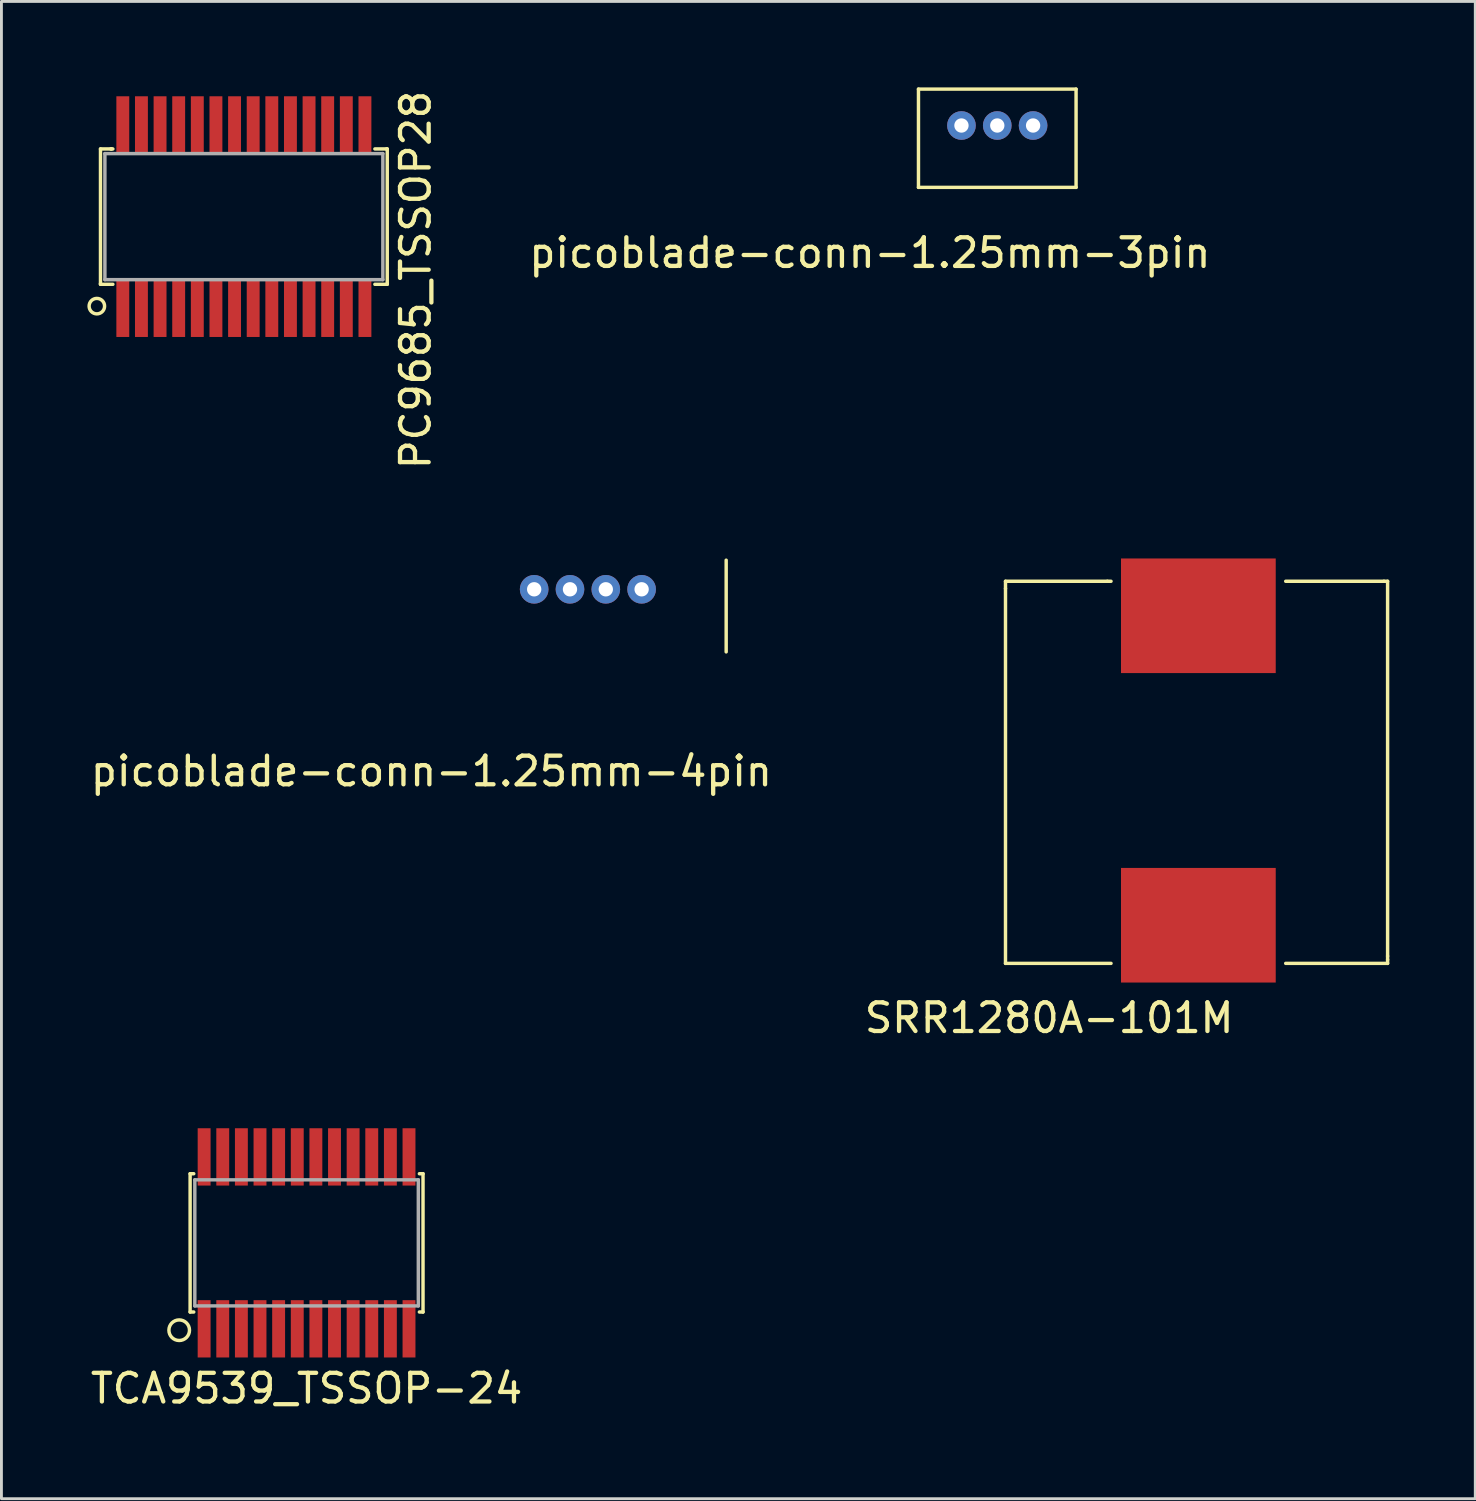
<source format=kicad_pcb>
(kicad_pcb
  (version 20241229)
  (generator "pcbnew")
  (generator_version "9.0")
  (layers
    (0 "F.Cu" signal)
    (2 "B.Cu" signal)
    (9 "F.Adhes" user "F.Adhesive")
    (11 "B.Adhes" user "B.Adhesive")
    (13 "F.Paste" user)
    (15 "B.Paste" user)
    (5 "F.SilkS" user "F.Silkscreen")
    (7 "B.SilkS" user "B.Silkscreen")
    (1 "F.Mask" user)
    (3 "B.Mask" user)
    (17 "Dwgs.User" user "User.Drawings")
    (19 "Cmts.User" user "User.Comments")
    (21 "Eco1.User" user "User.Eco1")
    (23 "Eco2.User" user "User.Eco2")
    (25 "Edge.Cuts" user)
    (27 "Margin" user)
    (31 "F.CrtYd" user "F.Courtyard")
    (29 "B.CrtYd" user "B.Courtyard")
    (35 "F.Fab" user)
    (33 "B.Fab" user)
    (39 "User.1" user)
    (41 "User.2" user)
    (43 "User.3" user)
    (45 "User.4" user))
  (footprint "SRR1280A-101M"
    (layer "F.Cu")
    (at 38.772 23.84)
    (property "Reference" "SRR1280A-101M" (at -5.207 8.636 0) (layer "F.SilkS") (effects (font (size 1 1) (thickness 0.15))))
    (attr through_hole)
    (fp_line (start -6.731 -6.604) (end -3.175 -6.604) (stroke (width 0.12) (type solid)) (layer "F.SilkS"))
    (fp_line (start -6.731 -6.35) (end -6.731 -6.604) (stroke (width 0.12) (type solid)) (layer "F.SilkS"))
    (fp_line (start -6.731 6.731) (end -6.731 -6.35) (stroke (width 0.12) (type solid)) (layer "F.SilkS"))
    (fp_line (start -3.175 -6.604) (end -3.048 -6.604) (stroke (width 0.12) (type solid)) (layer "F.SilkS"))
    (fp_line (start -3.048 6.731) (end -6.731 6.731) (stroke (width 0.12) (type solid)) (layer "F.SilkS"))
    (fp_line (start 3.048 -6.604) (end 6.477 -6.604) (stroke (width 0.12) (type solid)) (layer "F.SilkS"))
    (fp_line (start 6.477 -6.604) (end 6.604 -6.604) (stroke (width 0.12) (type solid)) (layer "F.SilkS"))
    (fp_line (start 6.604 -6.604) (end 6.604 6.477) (stroke (width 0.12) (type solid)) (layer "F.SilkS"))
    (fp_line (start 6.604 6.477) (end 6.604 6.604) (stroke (width 0.12) (type solid)) (layer "F.SilkS"))
    (fp_line (start 6.604 6.604) (end 6.604 6.731) (stroke (width 0.12) (type solid)) (layer "F.SilkS"))
    (fp_line (start 6.604 6.731) (end 3.048 6.731) (stroke (width 0.12) (type solid)) (layer "F.SilkS"))
    (fp_line (start -6 -6) (end 6 -6) (stroke (width 0.12) (type solid)) (layer "Eco2.User"))
    (fp_line (start -6 6) (end -6 -6) (stroke (width 0.12) (type solid)) (layer "Eco2.User"))
    (fp_line (start 6 -6) (end 6 6) (stroke (width 0.12) (type solid)) (layer "Eco2.User"))
    (fp_line (start 6 6) (end -6 6) (stroke (width 0.12) (type solid)) (layer "Eco2.User"))
    (pad "1" smd rect (at 0 -5.4) (size 5.4 4) (layers "F.Cu" "F.Mask" "F.Paste"))
    (pad "2" smd rect (at 0 5.4) (size 5.4 4) (layers "F.Cu" "F.Mask" "F.Paste")))
  (footprint "TCA9539_TSSOP-24"
    (layer "F.Cu")
    (at 7.649 40.325)
    (property "Reference" "TCA9539_TSSOP-24" (at 0 5.08 0) (layer "F.SilkS") (effects (font (size 1 1) (thickness 0.15))))
    (attr through_hole)
    (fp_line (start -4.064 -2.413) (end -4.064 2.413) (stroke (width 0.12) (type solid)) (layer "F.SilkS"))
    (fp_line (start -4.064 2.413) (end -3.937 2.413) (stroke (width 0.12) (type solid)) (layer "F.SilkS"))
    (fp_line (start -3.937 -2.413) (end -4.064 -2.413) (stroke (width 0.12) (type solid)) (layer "F.SilkS"))
    (fp_line (start 3.937 2.413) (end 4.064 2.413) (stroke (width 0.12) (type solid)) (layer "F.SilkS"))
    (fp_line (start 4.064 -2.413) (end 3.937 -2.413) (stroke (width 0.12) (type solid)) (layer "F.SilkS"))
    (fp_line (start 4.064 2.413) (end 4.064 -2.413) (stroke (width 0.12) (type solid)) (layer "F.SilkS"))
    (fp_circle (center -4.445 3.048) (end -4.191 3.302) (stroke (width 0.12) (type solid)) (fill no) (layer "F.SilkS"))
    (fp_line (start -3.9 -2.2) (end -3.9 2.2) (stroke (width 0.12) (type solid)) (layer "F.Fab"))
    (fp_line (start -3.9 2.2) (end 3.9 2.2) (stroke (width 0.12) (type solid)) (layer "F.Fab"))
    (fp_line (start 3.9 -2.2) (end -3.9 -2.2) (stroke (width 0.12) (type solid)) (layer "F.Fab"))
    (fp_line (start 3.9 2.2) (end 3.9 -2.2) (stroke (width 0.12) (type solid)) (layer "F.Fab"))
    (pad "1" smd rect (at -3.575 3) (size 0.45 2) (layers "F.Cu" "F.Mask" "F.Paste"))
    (pad "2" smd rect (at -2.925 3) (size 0.45 2) (layers "F.Cu" "F.Mask" "F.Paste"))
    (pad "3" smd rect (at -2.275 3) (size 0.45 2) (layers "F.Cu" "F.Mask" "F.Paste"))
    (pad "4" smd rect (at -1.625 3) (size 0.45 2) (layers "F.Cu" "F.Mask" "F.Paste"))
    (pad "5" smd rect (at -0.975 3) (size 0.45 2) (layers "F.Cu" "F.Mask" "F.Paste"))
    (pad "6" smd rect (at -0.325 3) (size 0.45 2) (layers "F.Cu" "F.Mask" "F.Paste"))
    (pad "7" smd rect (at 0.325 3) (size 0.45 2) (layers "F.Cu" "F.Mask" "F.Paste"))
    (pad "8" smd rect (at 0.975 3) (size 0.45 2) (layers "F.Cu" "F.Mask" "F.Paste"))
    (pad "9" smd rect (at 1.625 3) (size 0.45 2) (layers "F.Cu" "F.Mask" "F.Paste"))
    (pad "10" smd rect (at 2.275 3) (size 0.45 2) (layers "F.Cu" "F.Mask" "F.Paste"))
    (pad "11" smd rect (at 2.925 3) (size 0.45 2) (layers "F.Cu" "F.Mask" "F.Paste"))
    (pad "12" smd rect (at 3.575 3) (size 0.45 2) (layers "F.Cu" "F.Mask" "F.Paste"))
    (pad "13" smd rect (at 3.575 -3) (size 0.45 2) (layers "F.Cu" "F.Mask" "F.Paste"))
    (pad "14" smd rect (at 2.925 -3) (size 0.45 2) (layers "F.Cu" "F.Mask" "F.Paste"))
    (pad "15" smd rect (at 2.275 -3) (size 0.45 2) (layers "F.Cu" "F.Mask" "F.Paste"))
    (pad "16" smd rect (at 1.625 -3) (size 0.45 2) (layers "F.Cu" "F.Mask" "F.Paste"))
    (pad "17" smd rect (at 0.975 -3) (size 0.45 2) (layers "F.Cu" "F.Mask" "F.Paste"))
    (pad "18" smd rect (at 0.325 -3) (size 0.45 2) (layers "F.Cu" "F.Mask" "F.Paste"))
    (pad "19" smd rect (at -0.325 -3) (size 0.45 2) (layers "F.Cu" "F.Mask" "F.Paste"))
    (pad "20" smd rect (at -0.975 -3) (size 0.45 2) (layers "F.Cu" "F.Mask" "F.Paste"))
    (pad "21" smd rect (at -1.625 -3) (size 0.45 2) (layers "F.Cu" "F.Mask" "F.Paste"))
    (pad "22" smd rect (at -2.275 -3) (size 0.45 2) (layers "F.Cu" "F.Mask" "F.Paste"))
    (pad "23" smd rect (at -2.925 -3) (size 0.45 2) (layers "F.Cu" "F.Mask" "F.Paste"))
    (pad "24" smd rect (at -3.575 -3) (size 0.45 2) (layers "F.Cu" "F.Mask" "F.Paste")))
  (footprint "picoblade-conn-1.25mm-3pin"
    (layer "F.Cu")
    (at 31.754 1.33)
    (property "Reference" "picoblade-conn-1.25mm-3pin" (at -4.445 4.445 0) (layer "F.SilkS") (effects (font (size 1 1) (thickness 0.15))))
    (attr through_hole)
    (fp_line (start -2.75 -1.27) (end -2.75 2.159) (stroke (width 0.12) (type solid)) (layer "F.SilkS"))
    (fp_line (start -2.75 2.159) (end 2.75 2.159) (stroke (width 0.12) (type solid)) (layer "F.SilkS"))
    (fp_line (start 2.75 -1.27) (end -2.75 -1.27) (stroke (width 0.12) (type solid)) (layer "F.SilkS"))
    (fp_line (start 2.75 -1.27) (end 2.75 2.159) (stroke (width 0.12) (type solid)) (layer "F.SilkS"))
    (pad "1" thru_hole circle (at -1.25 0) (size 1 1) (drill 0.5) (layers "*.Cu" "*.Mask"))
    (pad "2" thru_hole circle (at 0 0) (size 1 1) (drill 0.5) (layers "*.Cu" "*.Mask"))
    (pad "3" thru_hole circle (at 1.25 0) (size 1 1) (drill 0.5) (layers "*.Cu" "*.Mask")))
  (footprint "picoblade-conn-1.25mm-4pin"
    (layer "F.Cu")
    (at 17.467 17.516)
    (property "Reference" "picoblade-conn-1.25mm-4pin" (at -5.461 6.35 0) (layer "F.SilkS") (effects (font (size 1 1) (thickness 0.15))))
    (attr through_hole)
    (fp_line (start 4.826 -1.016) (end 4.826 2.184) (stroke (width 0.12) (type solid)) (layer "F.SilkS"))
    (pad "1" thru_hole circle (at -1.875 0) (size 1 1) (drill 0.5) (layers "*.Cu" "*.Mask"))
    (pad "2" thru_hole circle (at -0.625 0) (size 1 1) (drill 0.5) (layers "*.Cu" "*.Mask"))
    (pad "3" thru_hole circle (at 0.625 0) (size 1 1) (drill 0.5) (layers "*.Cu" "*.Mask"))
    (pad "4" thru_hole circle (at 1.875 0) (size 1 1) (drill 0.5) (layers "*.Cu" "*.Mask")))
  (footprint "PC9685_TSSOP28"
    (layer "F.Cu")
    (at 5.461 4.51)
    (property "Reference" "PC9685_TSSOP28" (at 5.994 2.21 90) (layer "F.SilkS") (effects (font (size 1 1) (thickness 0.15))))
    (attr through_hole)
    (fp_line (start -5.004 -2.362) (end -5.004 2.337) (stroke (width 0.12) (type solid)) (layer "F.SilkS"))
    (fp_line (start -5.004 2.337) (end -5.004 2.362) (stroke (width 0.12) (type solid)) (layer "F.SilkS"))
    (fp_line (start -5.004 2.362) (end -4.572 2.362) (stroke (width 0.12) (type solid)) (layer "F.SilkS"))
    (fp_line (start -4.648 -2.362) (end -4.623 -2.362) (stroke (width 0.12) (type solid)) (layer "F.SilkS"))
    (fp_line (start -4.623 -2.362) (end -5.004 -2.362) (stroke (width 0.12) (type solid)) (layer "F.SilkS"))
    (fp_line (start -4.623 -2.362) (end -4.572 -2.362) (stroke (width 0.12) (type solid)) (layer "F.SilkS"))
    (fp_line (start 4.572 -2.362) (end 4.978 -2.362) (stroke (width 0.12) (type solid)) (layer "F.SilkS"))
    (fp_line (start 4.978 -2.362) (end 5.004 -2.362) (stroke (width 0.12) (type solid)) (layer "F.SilkS"))
    (fp_line (start 5.004 -2.362) (end 5.004 2.337) (stroke (width 0.12) (type solid)) (layer "F.SilkS"))
    (fp_line (start 5.004 2.337) (end 5.004 2.362) (stroke (width 0.12) (type solid)) (layer "F.SilkS"))
    (fp_line (start 5.004 2.362) (end 4.572 2.362) (stroke (width 0.12) (type solid)) (layer "F.SilkS"))
    (fp_circle (center -5.131 3.124) (end -4.953 3.327) (stroke (width 0.12) (type solid)) (fill no) (layer "F.SilkS"))
    (fp_line (start -4.85 -2.2) (end 4.85 -2.2) (stroke (width 0.12) (type solid)) (layer "F.Fab"))
    (fp_line (start -4.85 2.2) (end -4.85 -2.2) (stroke (width 0.12) (type solid)) (layer "F.Fab"))
    (fp_line (start 4.85 -2.2) (end 4.85 2.2) (stroke (width 0.12) (type solid)) (layer "F.Fab"))
    (fp_line (start 4.85 2.2) (end -4.85 2.2) (stroke (width 0.12) (type solid)) (layer "F.Fab"))
    (pad "1" smd rect (at -4.225 3.2) (size 0.45 2) (layers "F.Cu" "F.Mask" "F.Paste"))
    (pad "2" smd rect (at -3.575 3.2) (size 0.45 2) (layers "F.Cu" "F.Mask" "F.Paste"))
    (pad "3" smd rect (at -2.925 3.2) (size 0.45 2) (layers "F.Cu" "F.Mask" "F.Paste"))
    (pad "4" smd rect (at -2.275 3.2) (size 0.45 2) (layers "F.Cu" "F.Mask" "F.Paste"))
    (pad "5" smd rect (at -1.625 3.2) (size 0.45 2) (layers "F.Cu" "F.Mask" "F.Paste"))
    (pad "6" smd rect (at -0.975 3.2) (size 0.45 2) (layers "F.Cu" "F.Mask" "F.Paste"))
    (pad "7" smd rect (at -0.325 3.2) (size 0.45 2) (layers "F.Cu" "F.Mask" "F.Paste"))
    (pad "8" smd rect (at 0.325 3.2) (size 0.45 2) (layers "F.Cu" "F.Mask" "F.Paste"))
    (pad "9" smd rect (at 0.975 3.2) (size 0.45 2) (layers "F.Cu" "F.Mask" "F.Paste"))
    (pad "10" smd rect (at 1.625 3.2) (size 0.45 2) (layers "F.Cu" "F.Mask" "F.Paste"))
    (pad "11" smd rect (at 2.275 3.2) (size 0.45 2) (layers "F.Cu" "F.Mask" "F.Paste"))
    (pad "12" smd rect (at 2.925 3.2) (size 0.45 2) (layers "F.Cu" "F.Mask" "F.Paste"))
    (pad "13" smd rect (at 3.575 3.2) (size 0.45 2) (layers "F.Cu" "F.Mask" "F.Paste"))
    (pad "14" smd rect (at 4.225 3.2) (size 0.45 2) (layers "F.Cu" "F.Mask" "F.Paste"))
    (pad "15" smd rect (at 4.225 -3.2) (size 0.45 2) (layers "F.Cu" "F.Mask" "F.Paste"))
    (pad "16" smd rect (at 3.575 -3.2) (size 0.45 2) (layers "F.Cu" "F.Mask" "F.Paste"))
    (pad "17" smd rect (at 2.925 -3.2) (size 0.45 2) (layers "F.Cu" "F.Mask" "F.Paste"))
    (pad "18" smd rect (at 2.275 -3.2) (size 0.45 2) (layers "F.Cu" "F.Mask" "F.Paste"))
    (pad "19" smd rect (at 1.625 -3.2) (size 0.45 2) (layers "F.Cu" "F.Mask" "F.Paste"))
    (pad "20" smd rect (at 0.975 -3.2) (size 0.45 2) (layers "F.Cu" "F.Mask" "F.Paste"))
    (pad "21" smd rect (at 0.325 -3.2) (size 0.45 2) (layers "F.Cu" "F.Mask" "F.Paste"))
    (pad "22" smd rect (at -0.325 -3.2) (size 0.45 2) (layers "F.Cu" "F.Mask" "F.Paste"))
    (pad "23" smd rect (at -0.975 -3.2) (size 0.45 2) (layers "F.Cu" "F.Mask" "F.Paste"))
    (pad "24" smd rect (at -1.625 -3.2) (size 0.45 2) (layers "F.Cu" "F.Mask" "F.Paste"))
    (pad "25" smd rect (at -2.275 -3.2) (size 0.45 2) (layers "F.Cu" "F.Mask" "F.Paste"))
    (pad "26" smd rect (at -2.925 -3.2) (size 0.45 2) (layers "F.Cu" "F.Mask" "F.Paste"))
    (pad "27" smd rect (at -3.575 -3.2) (size 0.45 2) (layers "F.Cu" "F.Mask" "F.Paste"))
    (pad "28" smd rect (at -4.225 -3.2) (size 0.45 2) (layers "F.Cu" "F.Mask" "F.Paste")))
  (gr_rect
    (start -3 -3)
    (end 48.436 49.253)
    (stroke (width 0.1) (type default))
    (fill no)
    (layer "Edge.Cuts")))
</source>
